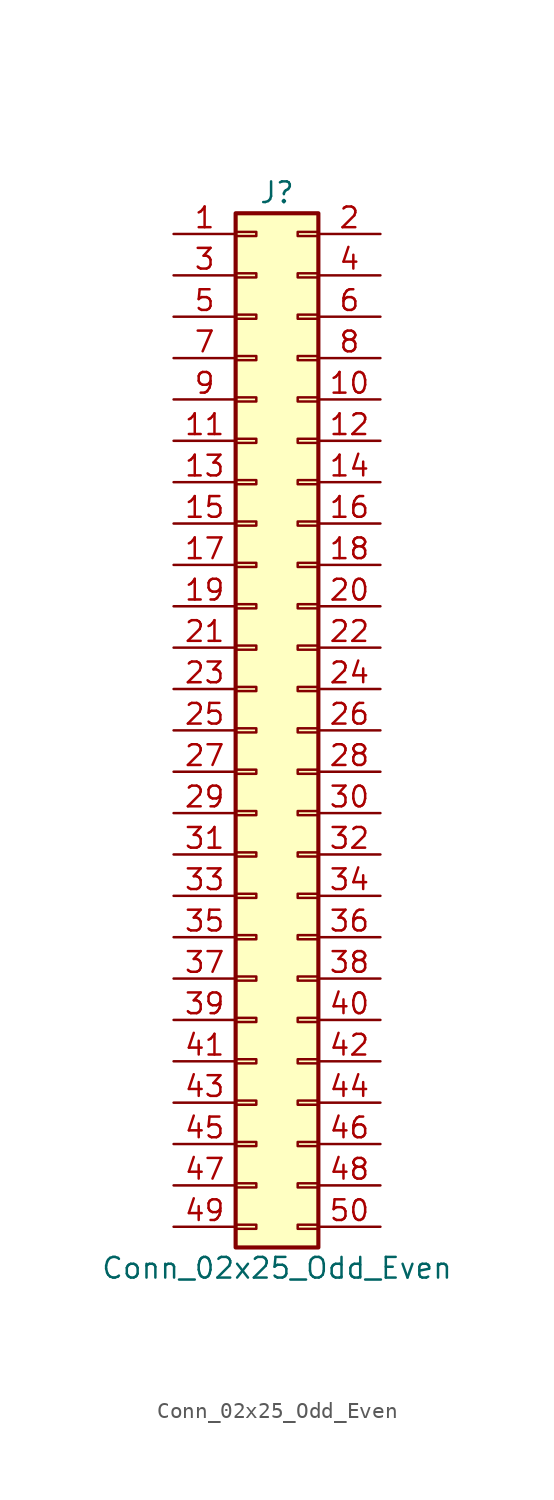
<source format=kicad_sym>
(kicad_symbol_lib
  (version 20220914)
  (generator kicad_symbol_editor)
  (symbol "Conn_02x25_Odd_Even"
    (pin_names
      (offset 1.016) hide)
    (property "Reference" "J"
      (at 1.27 33.02 0)
      (effects (font (size 1.27 1.27))))
    (property "Value" "Conn_02x25_Odd_Even"
      (at 1.27 -33.02 0)
      (effects (font (size 1.27 1.27))))
    (symbol "Conn_02x25_Odd_Even_1_1"
      (rectangle (start -1.27 -30.353) (end 0 -30.607) (stroke (width 0.152) (type default)) (fill (type none)))
      (rectangle (start -1.27 -27.813) (end 0 -28.067) (stroke (width 0.152) (type default)) (fill (type none)))
      (rectangle (start -1.27 -25.273) (end 0 -25.527) (stroke (width 0.152) (type default)) (fill (type none)))
      (rectangle (start -1.27 -22.733) (end 0 -22.987) (stroke (width 0.152) (type default)) (fill (type none)))
      (rectangle (start -1.27 -20.193) (end 0 -20.447) (stroke (width 0.152) (type default)) (fill (type none)))
      (rectangle (start -1.27 -17.653) (end 0 -17.907) (stroke (width 0.152) (type default)) (fill (type none)))
      (rectangle (start -1.27 -15.113) (end 0 -15.367) (stroke (width 0.152) (type default)) (fill (type none)))
      (rectangle (start -1.27 -12.573) (end 0 -12.827) (stroke (width 0.152) (type default)) (fill (type none)))
      (rectangle (start -1.27 -10.033) (end 0 -10.287) (stroke (width 0.152) (type default)) (fill (type none)))
      (rectangle (start -1.27 -7.493) (end 0 -7.747) (stroke (width 0.152) (type default)) (fill (type none)))
      (rectangle (start -1.27 -4.953) (end 0 -5.207) (stroke (width 0.152) (type default)) (fill (type none)))
      (rectangle (start -1.27 -2.413) (end 0 -2.667) (stroke (width 0.152) (type default)) (fill (type none)))
      (rectangle (start -1.27 0.127) (end 0 -0.127) (stroke (width 0.152) (type default)) (fill (type none)))
      (rectangle (start -1.27 2.667) (end 0 2.413) (stroke (width 0.152) (type default)) (fill (type none)))
      (rectangle (start -1.27 5.207) (end 0 4.953) (stroke (width 0.152) (type default)) (fill (type none)))
      (rectangle (start -1.27 7.747) (end 0 7.493) (stroke (width 0.152) (type default)) (fill (type none)))
      (rectangle (start -1.27 10.287) (end 0 10.033) (stroke (width 0.152) (type default)) (fill (type none)))
      (rectangle (start -1.27 12.827) (end 0 12.573) (stroke (width 0.152) (type default)) (fill (type none)))
      (rectangle (start -1.27 15.367) (end 0 15.113) (stroke (width 0.152) (type default)) (fill (type none)))
      (rectangle (start -1.27 17.907) (end 0 17.653) (stroke (width 0.152) (type default)) (fill (type none)))
      (rectangle (start -1.27 20.447) (end 0 20.193) (stroke (width 0.152) (type default)) (fill (type none)))
      (rectangle (start -1.27 22.987) (end 0 22.733) (stroke (width 0.152) (type default)) (fill (type none)))
      (rectangle (start -1.27 25.527) (end 0 25.273) (stroke (width 0.152) (type default)) (fill (type none)))
      (rectangle (start -1.27 28.067) (end 0 27.813) (stroke (width 0.152) (type default)) (fill (type none)))
      (rectangle (start -1.27 30.607) (end 0 30.353) (stroke (width 0.152) (type default)) (fill (type none)))
      (rectangle (start -1.27 31.75) (end 3.81 -31.75) (stroke (width 0.254) (type default)) (fill (type background)))
      (rectangle (start 3.81 -30.353) (end 2.54 -30.607) (stroke (width 0.152) (type default)) (fill (type none)))
      (rectangle (start 3.81 -27.813) (end 2.54 -28.067) (stroke (width 0.152) (type default)) (fill (type none)))
      (rectangle (start 3.81 -25.273) (end 2.54 -25.527) (stroke (width 0.152) (type default)) (fill (type none)))
      (rectangle (start 3.81 -22.733) (end 2.54 -22.987) (stroke (width 0.152) (type default)) (fill (type none)))
      (rectangle (start 3.81 -20.193) (end 2.54 -20.447) (stroke (width 0.152) (type default)) (fill (type none)))
      (rectangle (start 3.81 -17.653) (end 2.54 -17.907) (stroke (width 0.152) (type default)) (fill (type none)))
      (rectangle (start 3.81 -15.113) (end 2.54 -15.367) (stroke (width 0.152) (type default)) (fill (type none)))
      (rectangle (start 3.81 -12.573) (end 2.54 -12.827) (stroke (width 0.152) (type default)) (fill (type none)))
      (rectangle (start 3.81 -10.033) (end 2.54 -10.287) (stroke (width 0.152) (type default)) (fill (type none)))
      (rectangle (start 3.81 -7.493) (end 2.54 -7.747) (stroke (width 0.152) (type default)) (fill (type none)))
      (rectangle (start 3.81 -4.953) (end 2.54 -5.207) (stroke (width 0.152) (type default)) (fill (type none)))
      (rectangle (start 3.81 -2.413) (end 2.54 -2.667) (stroke (width 0.152) (type default)) (fill (type none)))
      (rectangle (start 3.81 0.127) (end 2.54 -0.127) (stroke (width 0.152) (type default)) (fill (type none)))
      (rectangle (start 3.81 2.667) (end 2.54 2.413) (stroke (width 0.152) (type default)) (fill (type none)))
      (rectangle (start 3.81 5.207) (end 2.54 4.953) (stroke (width 0.152) (type default)) (fill (type none)))
      (rectangle (start 3.81 7.747) (end 2.54 7.493) (stroke (width 0.152) (type default)) (fill (type none)))
      (rectangle (start 3.81 10.287) (end 2.54 10.033) (stroke (width 0.152) (type default)) (fill (type none)))
      (rectangle (start 3.81 12.827) (end 2.54 12.573) (stroke (width 0.152) (type default)) (fill (type none)))
      (rectangle (start 3.81 15.367) (end 2.54 15.113) (stroke (width 0.152) (type default)) (fill (type none)))
      (rectangle (start 3.81 17.907) (end 2.54 17.653) (stroke (width 0.152) (type default)) (fill (type none)))
      (rectangle (start 3.81 20.447) (end 2.54 20.193) (stroke (width 0.152) (type default)) (fill (type none)))
      (rectangle (start 3.81 22.987) (end 2.54 22.733) (stroke (width 0.152) (type default)) (fill (type none)))
      (rectangle (start 3.81 25.527) (end 2.54 25.273) (stroke (width 0.152) (type default)) (fill (type none)))
      (rectangle (start 3.81 28.067) (end 2.54 27.813) (stroke (width 0.152) (type default)) (fill (type none)))
      (rectangle (start 3.81 30.607) (end 2.54 30.353) (stroke (width 0.152) (type default)) (fill (type none)))
      (pin passive line (at -5.08 30.48 0) (length 3.81) (name "Pin_1" (effects (font (size 1.27 1.27)))) (number "1" (effects (font (size 1.27 1.27)))))
      (pin passive line (at 7.62 20.32 180) (length 3.81) (name "Pin_10" (effects (font (size 1.27 1.27)))) (number "10" (effects (font (size 1.27 1.27)))))
      (pin passive line (at -5.08 17.78 0) (length 3.81) (name "Pin_11" (effects (font (size 1.27 1.27)))) (number "11" (effects (font (size 1.27 1.27)))))
      (pin passive line (at 7.62 17.78 180) (length 3.81) (name "Pin_12" (effects (font (size 1.27 1.27)))) (number "12" (effects (font (size 1.27 1.27)))))
      (pin passive line (at -5.08 15.24 0) (length 3.81) (name "Pin_13" (effects (font (size 1.27 1.27)))) (number "13" (effects (font (size 1.27 1.27)))))
      (pin passive line (at 7.62 15.24 180) (length 3.81) (name "Pin_14" (effects (font (size 1.27 1.27)))) (number "14" (effects (font (size 1.27 1.27)))))
      (pin passive line (at -5.08 12.7 0) (length 3.81) (name "Pin_15" (effects (font (size 1.27 1.27)))) (number "15" (effects (font (size 1.27 1.27)))))
      (pin passive line (at 7.62 12.7 180) (length 3.81) (name "Pin_16" (effects (font (size 1.27 1.27)))) (number "16" (effects (font (size 1.27 1.27)))))
      (pin passive line (at -5.08 10.16 0) (length 3.81) (name "Pin_17" (effects (font (size 1.27 1.27)))) (number "17" (effects (font (size 1.27 1.27)))))
      (pin passive line (at 7.62 10.16 180) (length 3.81) (name "Pin_18" (effects (font (size 1.27 1.27)))) (number "18" (effects (font (size 1.27 1.27)))))
      (pin passive line (at -5.08 7.62 0) (length 3.81) (name "Pin_19" (effects (font (size 1.27 1.27)))) (number "19" (effects (font (size 1.27 1.27)))))
      (pin passive line (at 7.62 30.48 180) (length 3.81) (name "Pin_2" (effects (font (size 1.27 1.27)))) (number "2" (effects (font (size 1.27 1.27)))))
      (pin passive line (at 7.62 7.62 180) (length 3.81) (name "Pin_20" (effects (font (size 1.27 1.27)))) (number "20" (effects (font (size 1.27 1.27)))))
      (pin passive line (at -5.08 5.08 0) (length 3.81) (name "Pin_21" (effects (font (size 1.27 1.27)))) (number "21" (effects (font (size 1.27 1.27)))))
      (pin passive line (at 7.62 5.08 180) (length 3.81) (name "Pin_22" (effects (font (size 1.27 1.27)))) (number "22" (effects (font (size 1.27 1.27)))))
      (pin passive line (at -5.08 2.54 0) (length 3.81) (name "Pin_23" (effects (font (size 1.27 1.27)))) (number "23" (effects (font (size 1.27 1.27)))))
      (pin passive line (at 7.62 2.54 180) (length 3.81) (name "Pin_24" (effects (font (size 1.27 1.27)))) (number "24" (effects (font (size 1.27 1.27)))))
      (pin passive line (at -5.08 0 0) (length 3.81) (name "Pin_25" (effects (font (size 1.27 1.27)))) (number "25" (effects (font (size 1.27 1.27)))))
      (pin passive line (at 7.62 0 180) (length 3.81) (name "Pin_26" (effects (font (size 1.27 1.27)))) (number "26" (effects (font (size 1.27 1.27)))))
      (pin passive line (at -5.08 -2.54 0) (length 3.81) (name "Pin_27" (effects (font (size 1.27 1.27)))) (number "27" (effects (font (size 1.27 1.27)))))
      (pin passive line (at 7.62 -2.54 180) (length 3.81) (name "Pin_28" (effects (font (size 1.27 1.27)))) (number "28" (effects (font (size 1.27 1.27)))))
      (pin passive line (at -5.08 -5.08 0) (length 3.81) (name "Pin_29" (effects (font (size 1.27 1.27)))) (number "29" (effects (font (size 1.27 1.27)))))
      (pin passive line (at -5.08 27.94 0) (length 3.81) (name "Pin_3" (effects (font (size 1.27 1.27)))) (number "3" (effects (font (size 1.27 1.27)))))
      (pin passive line (at 7.62 -5.08 180) (length 3.81) (name "Pin_30" (effects (font (size 1.27 1.27)))) (number "30" (effects (font (size 1.27 1.27)))))
      (pin passive line (at -5.08 -7.62 0) (length 3.81) (name "Pin_31" (effects (font (size 1.27 1.27)))) (number "31" (effects (font (size 1.27 1.27)))))
      (pin passive line (at 7.62 -7.62 180) (length 3.81) (name "Pin_32" (effects (font (size 1.27 1.27)))) (number "32" (effects (font (size 1.27 1.27)))))
      (pin passive line (at -5.08 -10.16 0) (length 3.81) (name "Pin_33" (effects (font (size 1.27 1.27)))) (number "33" (effects (font (size 1.27 1.27)))))
      (pin passive line (at 7.62 -10.16 180) (length 3.81) (name "Pin_34" (effects (font (size 1.27 1.27)))) (number "34" (effects (font (size 1.27 1.27)))))
      (pin passive line (at -5.08 -12.7 0) (length 3.81) (name "Pin_35" (effects (font (size 1.27 1.27)))) (number "35" (effects (font (size 1.27 1.27)))))
      (pin passive line (at 7.62 -12.7 180) (length 3.81) (name "Pin_36" (effects (font (size 1.27 1.27)))) (number "36" (effects (font (size 1.27 1.27)))))
      (pin passive line (at -5.08 -15.24 0) (length 3.81) (name "Pin_37" (effects (font (size 1.27 1.27)))) (number "37" (effects (font (size 1.27 1.27)))))
      (pin passive line (at 7.62 -15.24 180) (length 3.81) (name "Pin_38" (effects (font (size 1.27 1.27)))) (number "38" (effects (font (size 1.27 1.27)))))
      (pin passive line (at -5.08 -17.78 0) (length 3.81) (name "Pin_39" (effects (font (size 1.27 1.27)))) (number "39" (effects (font (size 1.27 1.27)))))
      (pin passive line (at 7.62 27.94 180) (length 3.81) (name "Pin_4" (effects (font (size 1.27 1.27)))) (number "4" (effects (font (size 1.27 1.27)))))
      (pin passive line (at 7.62 -17.78 180) (length 3.81) (name "Pin_40" (effects (font (size 1.27 1.27)))) (number "40" (effects (font (size 1.27 1.27)))))
      (pin passive line (at -5.08 -20.32 0) (length 3.81) (name "Pin_41" (effects (font (size 1.27 1.27)))) (number "41" (effects (font (size 1.27 1.27)))))
      (pin passive line (at 7.62 -20.32 180) (length 3.81) (name "Pin_42" (effects (font (size 1.27 1.27)))) (number "42" (effects (font (size 1.27 1.27)))))
      (pin passive line (at -5.08 -22.86 0) (length 3.81) (name "Pin_43" (effects (font (size 1.27 1.27)))) (number "43" (effects (font (size 1.27 1.27)))))
      (pin passive line (at 7.62 -22.86 180) (length 3.81) (name "Pin_44" (effects (font (size 1.27 1.27)))) (number "44" (effects (font (size 1.27 1.27)))))
      (pin passive line (at -5.08 -25.4 0) (length 3.81) (name "Pin_45" (effects (font (size 1.27 1.27)))) (number "45" (effects (font (size 1.27 1.27)))))
      (pin passive line (at 7.62 -25.4 180) (length 3.81) (name "Pin_46" (effects (font (size 1.27 1.27)))) (number "46" (effects (font (size 1.27 1.27)))))
      (pin passive line (at -5.08 -27.94 0) (length 3.81) (name "Pin_47" (effects (font (size 1.27 1.27)))) (number "47" (effects (font (size 1.27 1.27)))))
      (pin passive line (at 7.62 -27.94 180) (length 3.81) (name "Pin_48" (effects (font (size 1.27 1.27)))) (number "48" (effects (font (size 1.27 1.27)))))
      (pin passive line (at -5.08 -30.48 0) (length 3.81) (name "Pin_49" (effects (font (size 1.27 1.27)))) (number "49" (effects (font (size 1.27 1.27)))))
      (pin passive line (at -5.08 25.4 0) (length 3.81) (name "Pin_5" (effects (font (size 1.27 1.27)))) (number "5" (effects (font (size 1.27 1.27)))))
      (pin passive line (at 7.62 -30.48 180) (length 3.81) (name "Pin_50" (effects (font (size 1.27 1.27)))) (number "50" (effects (font (size 1.27 1.27)))))
      (pin passive line (at 7.62 25.4 180) (length 3.81) (name "Pin_6" (effects (font (size 1.27 1.27)))) (number "6" (effects (font (size 1.27 1.27)))))
      (pin passive line (at -5.08 22.86 0) (length 3.81) (name "Pin_7" (effects (font (size 1.27 1.27)))) (number "7" (effects (font (size 1.27 1.27)))))
      (pin passive line (at 7.62 22.86 180) (length 3.81) (name "Pin_8" (effects (font (size 1.27 1.27)))) (number "8" (effects (font (size 1.27 1.27)))))
      (pin passive line (at -5.08 20.32 0) (length 3.81) (name "Pin_9" (effects (font (size 1.27 1.27)))) (number "9" (effects (font (size 1.27 1.27))))))))
</source>
